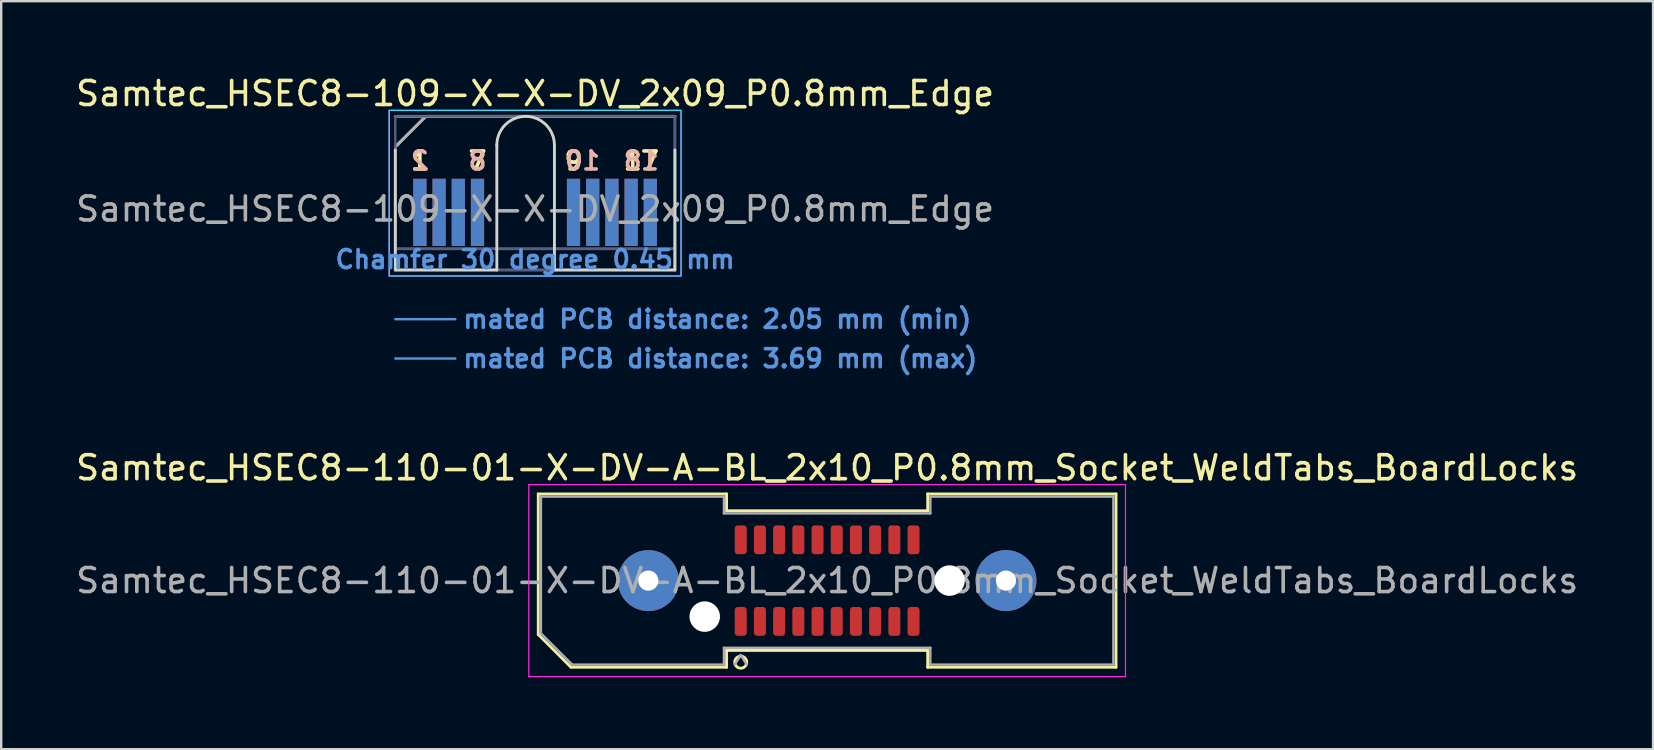
<source format=kicad_pcb>
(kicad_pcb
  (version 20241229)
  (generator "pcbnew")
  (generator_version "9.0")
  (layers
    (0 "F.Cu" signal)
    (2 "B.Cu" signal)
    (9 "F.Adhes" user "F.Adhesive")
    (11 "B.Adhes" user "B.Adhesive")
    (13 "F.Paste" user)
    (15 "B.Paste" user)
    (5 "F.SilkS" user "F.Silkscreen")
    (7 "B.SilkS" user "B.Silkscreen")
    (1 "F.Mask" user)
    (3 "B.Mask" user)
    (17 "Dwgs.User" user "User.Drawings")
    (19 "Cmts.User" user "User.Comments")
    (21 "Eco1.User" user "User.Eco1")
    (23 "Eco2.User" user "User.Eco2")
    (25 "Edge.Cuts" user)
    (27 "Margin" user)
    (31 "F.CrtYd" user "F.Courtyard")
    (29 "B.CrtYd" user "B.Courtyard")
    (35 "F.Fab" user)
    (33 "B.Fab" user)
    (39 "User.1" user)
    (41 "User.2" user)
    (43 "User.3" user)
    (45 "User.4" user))
  (footprint "Samtec_HSEC8-110-01-X-DV-A-BL_2x10_P0.8mm_Socket_WeldTabs_BoardLocks"
    (layer "F.Cu")
    (at 31.411 21.139)
    (property "Reference" "Samtec_HSEC8-110-01-X-DV-A-BL_2x10_P0.8mm_Socket_WeldTabs_BoardLocks" (at 0 -4.7 0) (layer "F.SilkS") (effects (font (size 1 1) (thickness 0.15))))
    (attr smd)
    (fp_line (start -12.035 -3.61) (end -4.19 -3.61) (stroke (width 0.12) (type solid)) (layer "F.SilkS"))
    (fp_line (start -12.035 2.246) (end -12.035 -3.61) (stroke (width 0.12) (type solid)) (layer "F.SilkS"))
    (fp_line (start -10.671 3.61) (end -12.035 2.246) (stroke (width 0.12) (type solid)) (layer "F.SilkS"))
    (fp_line (start -4.19 -3.61) (end -4.19 -2.91) (stroke (width 0.12) (type solid)) (layer "F.SilkS"))
    (fp_line (start -4.19 -2.91) (end 4.19 -2.91) (stroke (width 0.12) (type solid)) (layer "F.SilkS"))
    (fp_line (start -4.19 2.91) (end -4.19 3.61) (stroke (width 0.12) (type solid)) (layer "F.SilkS"))
    (fp_line (start -4.19 3.61) (end -10.671 3.61) (stroke (width 0.12) (type solid)) (layer "F.SilkS"))
    (fp_line (start 4.19 -3.61) (end 12.035 -3.61) (stroke (width 0.12) (type solid)) (layer "F.SilkS"))
    (fp_line (start 4.19 -2.91) (end 4.19 -3.61) (stroke (width 0.12) (type solid)) (layer "F.SilkS"))
    (fp_line (start 4.19 2.91) (end -4.19 2.91) (stroke (width 0.12) (type solid)) (layer "F.SilkS"))
    (fp_line (start 4.19 3.61) (end 4.19 2.91) (stroke (width 0.12) (type solid)) (layer "F.SilkS"))
    (fp_line (start 12.035 -3.61) (end 12.035 3.61) (stroke (width 0.12) (type solid)) (layer "F.SilkS"))
    (fp_line (start 12.035 3.61) (end 4.19 3.61) (stroke (width 0.12) (type solid)) (layer "F.SilkS"))
    (fp_circle (center -3.6 3.4) (end -3.35 3.4) (stroke (width 0.12) (type solid)) (fill no) (layer "F.SilkS"))
    (fp_line (start -12.43 -4) (end -12.43 4) (stroke (width 0.05) (type solid)) (layer "F.CrtYd"))
    (fp_line (start -12.43 4) (end 12.43 4) (stroke (width 0.05) (type solid)) (layer "F.CrtYd"))
    (fp_line (start 12.43 -4) (end -12.43 -4) (stroke (width 0.05) (type solid)) (layer "F.CrtYd"))
    (fp_line (start 12.43 4) (end 12.43 -4) (stroke (width 0.05) (type solid)) (layer "F.CrtYd"))
    (fp_line (start -11.925 -3.5) (end -4.3 -3.5) (stroke (width 0.1) (type solid)) (layer "F.Fab"))
    (fp_line (start -11.925 2.2) (end -11.925 -3.5) (stroke (width 0.1) (type solid)) (layer "F.Fab"))
    (fp_line (start -10.625 3.5) (end -11.925 2.2) (stroke (width 0.1) (type solid)) (layer "F.Fab"))
    (fp_line (start -4.3 -3.5) (end -4.3 -2.8) (stroke (width 0.1) (type solid)) (layer "F.Fab"))
    (fp_line (start -4.3 -2.8) (end 4.3 -2.8) (stroke (width 0.1) (type solid)) (layer "F.Fab"))
    (fp_line (start -4.3 2.8) (end -4.3 3.5) (stroke (width 0.1) (type solid)) (layer "F.Fab"))
    (fp_line (start -4.3 3.5) (end -10.625 3.5) (stroke (width 0.1) (type solid)) (layer "F.Fab"))
    (fp_line (start -3.6 3.1) (end -3.85 3.5) (stroke (width 0.1) (type solid)) (layer "F.Fab"))
    (fp_line (start -3.6 3.1) (end -3.35 3.5) (stroke (width 0.1) (type solid)) (layer "F.Fab"))
    (fp_line (start 4.3 -3.5) (end 11.925 -3.5) (stroke (width 0.1) (type solid)) (layer "F.Fab"))
    (fp_line (start 4.3 -2.8) (end 4.3 -3.5) (stroke (width 0.1) (type solid)) (layer "F.Fab"))
    (fp_line (start 4.3 2.8) (end -4.3 2.8) (stroke (width 0.1) (type solid)) (layer "F.Fab"))
    (fp_line (start 4.3 3.5) (end 4.3 2.8) (stroke (width 0.1) (type solid)) (layer "F.Fab"))
    (fp_line (start 11.925 -3.5) (end 11.925 3.5) (stroke (width 0.1) (type solid)) (layer "F.Fab"))
    (fp_line (start 11.925 3.5) (end 4.3 3.5) (stroke (width 0.1) (type solid)) (layer "F.Fab"))
    (fp_text user "${REFERENCE}" (at 0 0 0) (layer "F.Fab") (effects (font (size 1 1) (thickness 0.15))))
    (pad "" thru_hole circle (at -7.45 0) (size 2.54 2.54) (drill 0.84) (layers "*.Cu" "*.Mask" "F.Paste"))
    (pad "" np_thru_hole circle (at -5.1 1.5) (size 1.27 1.27) (drill 1.27) (layers "*.Cu" "*.Mask"))
    (pad "" np_thru_hole circle (at 5.1 0) (size 1.27 1.27) (drill 1.27) (layers "*.Cu" "*.Mask"))
    (pad "" thru_hole circle (at 7.45 0) (size 2.54 2.54) (drill 0.84) (layers "*.Cu" "*.Mask" "F.Paste"))
    (pad "1" smd roundrect (at -3.6 1.7) (size 0.5 1.2) (layers "F.Cu" "F.Mask" "F.Paste") (roundrect_rratio 0.25))
    (pad "2" smd roundrect (at -3.6 -1.7) (size 0.5 1.2) (layers "F.Cu" "F.Mask" "F.Paste") (roundrect_rratio 0.25))
    (pad "3" smd roundrect (at -2.8 1.7) (size 0.5 1.2) (layers "F.Cu" "F.Mask" "F.Paste") (roundrect_rratio 0.25))
    (pad "4" smd roundrect (at -2.8 -1.7) (size 0.5 1.2) (layers "F.Cu" "F.Mask" "F.Paste") (roundrect_rratio 0.25))
    (pad "5" smd roundrect (at -2 1.7) (size 0.5 1.2) (layers "F.Cu" "F.Mask" "F.Paste") (roundrect_rratio 0.25))
    (pad "6" smd roundrect (at -2 -1.7) (size 0.5 1.2) (layers "F.Cu" "F.Mask" "F.Paste") (roundrect_rratio 0.25))
    (pad "7" smd roundrect (at -1.2 1.7) (size 0.5 1.2) (layers "F.Cu" "F.Mask" "F.Paste") (roundrect_rratio 0.25))
    (pad "8" smd roundrect (at -1.2 -1.7) (size 0.5 1.2) (layers "F.Cu" "F.Mask" "F.Paste") (roundrect_rratio 0.25))
    (pad "9" smd roundrect (at -0.4 1.7) (size 0.5 1.2) (layers "F.Cu" "F.Mask" "F.Paste") (roundrect_rratio 0.25))
    (pad "10" smd roundrect (at -0.4 -1.7) (size 0.5 1.2) (layers "F.Cu" "F.Mask" "F.Paste") (roundrect_rratio 0.25))
    (pad "11" smd roundrect (at 0.4 1.7) (size 0.5 1.2) (layers "F.Cu" "F.Mask" "F.Paste") (roundrect_rratio 0.25))
    (pad "12" smd roundrect (at 0.4 -1.7) (size 0.5 1.2) (layers "F.Cu" "F.Mask" "F.Paste") (roundrect_rratio 0.25))
    (pad "13" smd roundrect (at 1.2 1.7) (size 0.5 1.2) (layers "F.Cu" "F.Mask" "F.Paste") (roundrect_rratio 0.25))
    (pad "14" smd roundrect (at 1.2 -1.7) (size 0.5 1.2) (layers "F.Cu" "F.Mask" "F.Paste") (roundrect_rratio 0.25))
    (pad "15" smd roundrect (at 2 1.7) (size 0.5 1.2) (layers "F.Cu" "F.Mask" "F.Paste") (roundrect_rratio 0.25))
    (pad "16" smd roundrect (at 2 -1.7) (size 0.5 1.2) (layers "F.Cu" "F.Mask" "F.Paste") (roundrect_rratio 0.25))
    (pad "17" smd roundrect (at 2.8 1.7) (size 0.5 1.2) (layers "F.Cu" "F.Mask" "F.Paste") (roundrect_rratio 0.25))
    (pad "18" smd roundrect (at 2.8 -1.7) (size 0.5 1.2) (layers "F.Cu" "F.Mask" "F.Paste") (roundrect_rratio 0.25))
    (pad "19" smd roundrect (at 3.6 1.7) (size 0.5 1.2) (layers "F.Cu" "F.Mask" "F.Paste") (roundrect_rratio 0.25))
    (pad "20" smd roundrect (at 3.6 -1.7) (size 0.5 1.2) (layers "F.Cu" "F.Mask" "F.Paste") (roundrect_rratio 0.25)))
  (footprint "Samtec_HSEC8-109-X-X-DV_2x09_P0.8mm_Edge"
    (layer "F.Cu")
    (at 19.244 8.198)
    (property "Reference" "Samtec_HSEC8-109-X-X-DV_2x09_P0.8mm_Edge" (at 0 -7.35 0) (layer "F.SilkS") (effects (font (size 1 1) (thickness 0.15))))
    (attr exclude_from_pos_files exclude_from_bom)
    (fp_line (start -5.825 -5.13) (end -4.555 -6.4) (stroke (width 0.12) (type solid)) (layer "F.SilkS"))
    (fp_line (start -4.555 -6.4) (end 5.825 -6.4) (stroke (width 0.12) (type solid)) (layer "F.SilkS"))
    (fp_line (start -5.825 -6.4) (end -5.825 -6.4) (stroke (width 0.12) (type solid)) (layer "B.SilkS"))
    (fp_line (start -5.825 -6.4) (end 5.825 -6.4) (stroke (width 0.12) (type solid)) (layer "B.SilkS"))
    (fp_line (start -5.825 2.05) (end -3.325 2.05) (stroke (width 0.1) (type solid)) (layer "Cmts.User"))
    (fp_line (start -5.825 3.69) (end -3.325 3.69) (stroke (width 0.1) (type solid)) (layer "Cmts.User"))
    (fp_line (start -5.825 -5) (end -5.825 0) (stroke (width 0.12) (type solid)) (layer "Edge.Cuts"))
    (fp_line (start -5.825 0) (end -1.595 0) (stroke (width 0.12) (type solid)) (layer "Edge.Cuts"))
    (fp_line (start -1.595 0) (end -1.595 -5.2) (stroke (width 0.12) (type solid)) (layer "Edge.Cuts"))
    (fp_line (start 0.805 -5.2) (end 0.805 0) (stroke (width 0.12) (type solid)) (layer "Edge.Cuts"))
    (fp_line (start 0.805 0) (end 5.825 0) (stroke (width 0.12) (type solid)) (layer "Edge.Cuts"))
    (fp_line (start 5.825 0) (end 5.825 -5) (stroke (width 0.12) (type solid)) (layer "Edge.Cuts"))
    (fp_arc (start -1.595 -5.2) (mid -0.395 -6.4) (end 0.805 -5.2) (stroke (width 0.12) (type solid)) (layer "Edge.Cuts"))
    (fp_rect (start -6.08 -6.65) (end 6.08 0.25) (stroke (width 0.05) (type solid)) (fill no) (layer "B.CrtYd"))
    (fp_rect (start -6.08 -6.65) (end 6.08 0.25) (stroke (width 0.05) (type solid)) (fill no) (layer "F.CrtYd"))
    (fp_line (start -5.825 -6.4) (end -5.825 -6.4) (stroke (width 0.1) (type solid)) (layer "B.Fab"))
    (fp_line (start -5.825 -6.4) (end -5.825 0) (stroke (width 0.1) (type solid)) (layer "B.Fab"))
    (fp_line (start -5.825 -6.4) (end 5.825 -6.4) (stroke (width 0.1) (type solid)) (layer "B.Fab"))
    (fp_line (start -5.825 -0.88) (end 5.825 -0.88) (stroke (width 0.1) (type solid)) (layer "B.Fab"))
    (fp_line (start -5.825 0) (end 5.825 0) (stroke (width 0.1) (type solid)) (layer "B.Fab"))
    (fp_line (start 5.825 -6.4) (end 5.825 0) (stroke (width 0.1) (type solid)) (layer "B.Fab"))
    (fp_line (start -5.825 -5.13) (end -5.825 0) (stroke (width 0.1) (type solid)) (layer "F.Fab"))
    (fp_line (start -5.825 -5.13) (end -4.555 -6.4) (stroke (width 0.1) (type solid)) (layer "F.Fab"))
    (fp_line (start -5.825 -0.88) (end 5.825 -0.88) (stroke (width 0.1) (type solid)) (layer "F.Fab"))
    (fp_line (start -5.825 0) (end 5.825 0) (stroke (width 0.1) (type solid)) (layer "F.Fab"))
    (fp_line (start -4.555 -6.4) (end 5.825 -6.4) (stroke (width 0.1) (type solid)) (layer "F.Fab"))
    (fp_line (start 5.825 -6.4) (end 5.825 0) (stroke (width 0.1) (type solid)) (layer "F.Fab"))
    (fp_text user "7" (at -2.4 -4.55 0) (layer "F.SilkS") (effects (font (size 0.75 0.75) (thickness 0.15))))
    (fp_text user "9" (at 1.6 -4.55 0) (layer "F.SilkS") (effects (font (size 0.75 0.75) (thickness 0.15))))
    (fp_text user "17" (at 4.425 -4.55 0) (layer "F.SilkS") (effects (font (size 0.75 0.75) (thickness 0.15))))
    (fp_text user "1" (at -4.8 -4.55 0) (layer "F.SilkS") (effects (font (size 0.75 0.75) (thickness 0.15))))
    (fp_text user "10" (at 1.975 -4.55 0) (layer "B.SilkS") (effects (font (size 0.75 0.75) (thickness 0.15)) (justify mirror)))
    (fp_text user "18" (at 4.425 -4.55 0) (layer "B.SilkS") (effects (font (size 0.75 0.75) (thickness 0.15)) (justify mirror)))
    (fp_text user "2" (at -4.8 -4.55 0) (layer "B.SilkS") (effects (font (size 0.75 0.75) (thickness 0.15)) (justify mirror)))
    (fp_text user "8" (at -2.4 -4.55 0) (layer "B.SilkS") (effects (font (size 0.75 0.75) (thickness 0.15)) (justify mirror)))
    (fp_text user "Chamfer 30 degree 0.45 mm" (at 0 -0.44 0) (layer "Cmts.User") (effects (font (size 0.75 0.75) (thickness 0.15))))
    (fp_text user "mated PCB distance: 3.69 mm (max)" (at -3.08 3.69 0) (layer "Cmts.User") (effects (font (size 0.75 0.75) (thickness 0.15)) (justify left)))
    (fp_text user "mated PCB distance: 2.05 mm (min)" (at -3.08 2.05 0) (layer "Cmts.User") (effects (font (size 0.75 0.75) (thickness 0.15)) (justify left)))
    (fp_text user "${REFERENCE}" (at 0 -2.54 0) (layer "F.Fab") (effects (font (size 1 1) (thickness 0.15))))
    (pad "1" connect rect (at -4.8 -2.4) (size 0.55 2.8) (layers "F.Cu" "F.Mask"))
    (pad "2" connect rect (at -4.8 -2.4) (size 0.55 2.8) (layers "B.Cu" "B.Mask"))
    (pad "3" connect rect (at -4 -2.4) (size 0.55 2.8) (layers "F.Cu" "F.Mask"))
    (pad "4" connect rect (at -4 -2.4) (size 0.55 2.8) (layers "B.Cu" "B.Mask"))
    (pad "5" connect rect (at -3.2 -2.4) (size 0.55 2.8) (layers "F.Cu" "F.Mask"))
    (pad "6" connect rect (at -3.2 -2.4) (size 0.55 2.8) (layers "B.Cu" "B.Mask"))
    (pad "7" connect rect (at -2.4 -2.4) (size 0.55 2.8) (layers "F.Cu" "F.Mask"))
    (pad "8" connect rect (at -2.4 -2.4) (size 0.55 2.8) (layers "B.Cu" "B.Mask"))
    (pad "9" connect rect (at 1.6 -2.4) (size 0.55 2.8) (layers "F.Cu" "F.Mask"))
    (pad "10" connect rect (at 1.6 -2.4) (size 0.55 2.8) (layers "B.Cu" "B.Mask"))
    (pad "11" connect rect (at 2.4 -2.4) (size 0.55 2.8) (layers "F.Cu" "F.Mask"))
    (pad "12" connect rect (at 2.4 -2.4) (size 0.55 2.8) (layers "B.Cu" "B.Mask"))
    (pad "13" connect rect (at 3.2 -2.4) (size 0.55 2.8) (layers "F.Cu" "F.Mask"))
    (pad "14" connect rect (at 3.2 -2.4) (size 0.55 2.8) (layers "B.Cu" "B.Mask"))
    (pad "15" connect rect (at 4 -2.4) (size 0.55 2.8) (layers "F.Cu" "F.Mask"))
    (pad "16" connect rect (at 4 -2.4) (size 0.55 2.8) (layers "B.Cu" "B.Mask"))
    (pad "17" connect rect (at 4.8 -2.4) (size 0.55 2.8) (layers "F.Cu" "F.Mask"))
    (pad "18" connect rect (at 4.8 -2.4) (size 0.55 2.8) (layers "B.Cu" "B.Mask")))
  (gr_rect
    (start -3 -3)
    (end 65.821 28.163)
    (stroke (width 0.1) (type default))
    (fill no)
    (layer "Edge.Cuts")))
</source>
